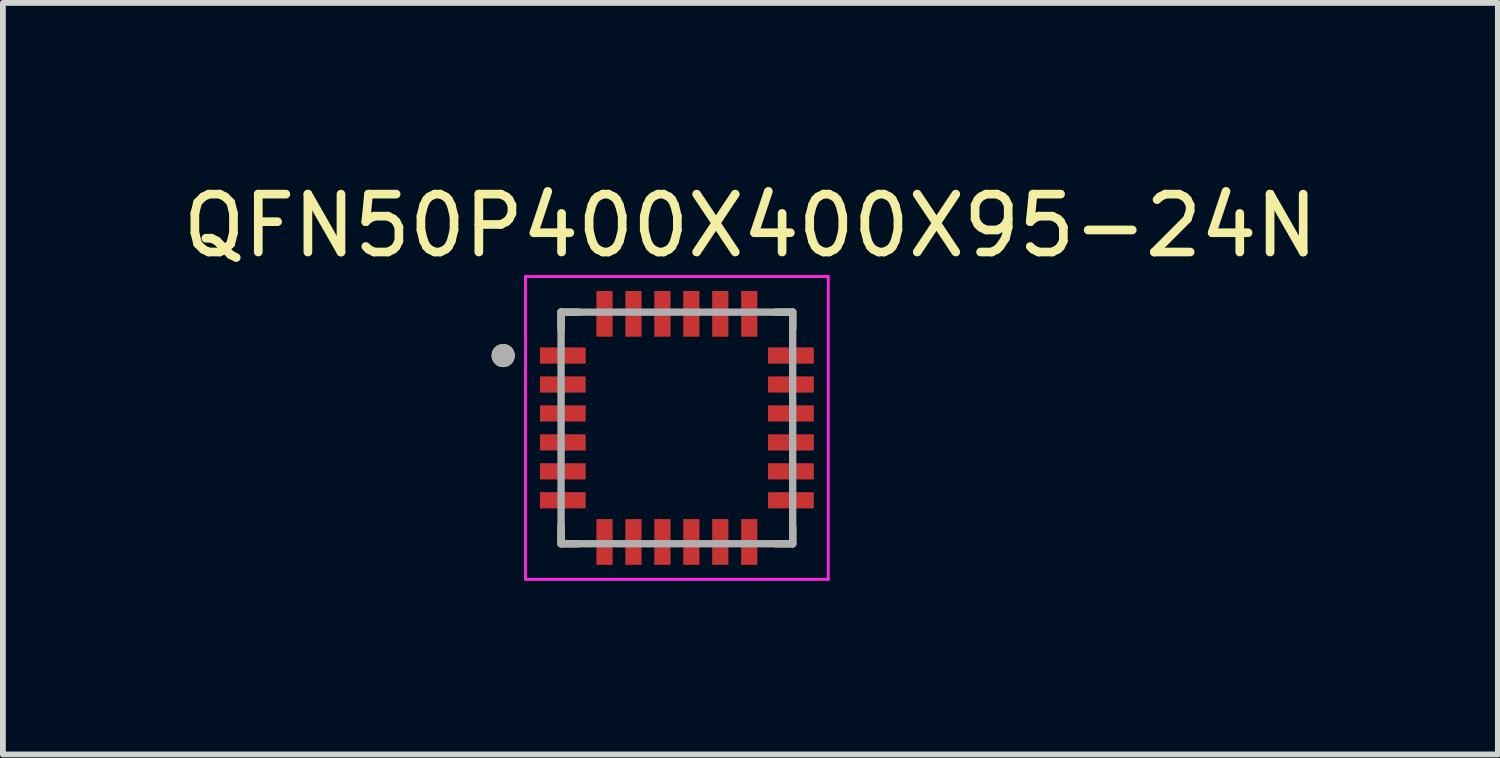
<source format=kicad_pcb>
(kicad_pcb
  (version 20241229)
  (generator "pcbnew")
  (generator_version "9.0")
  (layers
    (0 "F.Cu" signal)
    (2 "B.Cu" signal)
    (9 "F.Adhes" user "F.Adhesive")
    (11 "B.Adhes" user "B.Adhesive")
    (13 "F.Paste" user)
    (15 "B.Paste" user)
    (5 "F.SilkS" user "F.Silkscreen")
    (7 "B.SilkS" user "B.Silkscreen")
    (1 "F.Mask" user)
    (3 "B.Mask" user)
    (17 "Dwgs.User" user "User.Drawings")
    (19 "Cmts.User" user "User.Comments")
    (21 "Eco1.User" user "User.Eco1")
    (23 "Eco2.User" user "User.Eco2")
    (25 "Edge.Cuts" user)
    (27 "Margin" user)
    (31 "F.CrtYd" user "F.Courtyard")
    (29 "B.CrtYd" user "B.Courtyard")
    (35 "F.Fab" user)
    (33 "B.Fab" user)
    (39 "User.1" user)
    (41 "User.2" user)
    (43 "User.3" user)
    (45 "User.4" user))
  (footprint "QFN50P400X400X95-24N"
    (layer "F.Cu")
    (at 8.641 4.341)
    (property "Reference" "QFN50P400X400X95-24N" (at 1.27 -3.493 0) (layer "F.SilkS") (effects (font (size 1 1) (thickness 0.15))))
    (attr smd)
    (fp_line (start -2 -2) (end -2 -1.705) (stroke (width 0.127) (type solid)) (layer "F.SilkS"))
    (fp_line (start -2 -2) (end -1.705 -2) (stroke (width 0.127) (type solid)) (layer "F.SilkS"))
    (fp_line (start -2 2) (end -2 1.705) (stroke (width 0.127) (type solid)) (layer "F.SilkS"))
    (fp_line (start -2 2) (end -1.705 2) (stroke (width 0.127) (type solid)) (layer "F.SilkS"))
    (fp_line (start 2 -2) (end 1.705 -2) (stroke (width 0.127) (type solid)) (layer "F.SilkS"))
    (fp_line (start 2 -2) (end 2 -1.705) (stroke (width 0.127) (type solid)) (layer "F.SilkS"))
    (fp_line (start 2 2) (end 1.705 2) (stroke (width 0.127) (type solid)) (layer "F.SilkS"))
    (fp_line (start 2 2) (end 2 1.705) (stroke (width 0.127) (type solid)) (layer "F.SilkS"))
    (fp_circle (center -3 -1.25) (end -2.9 -1.25) (stroke (width 0.2) (type solid)) (fill no) (layer "F.SilkS"))
    (fp_line (start -2.615 -2.615) (end 2.615 -2.615) (stroke (width 0.05) (type solid)) (layer "F.CrtYd"))
    (fp_line (start -2.615 2.615) (end -2.615 -2.615) (stroke (width 0.05) (type solid)) (layer "F.CrtYd"))
    (fp_line (start 2.615 -2.615) (end 2.615 2.615) (stroke (width 0.05) (type solid)) (layer "F.CrtYd"))
    (fp_line (start 2.615 2.615) (end -2.615 2.615) (stroke (width 0.05) (type solid)) (layer "F.CrtYd"))
    (fp_line (start -2 -2) (end 2 -2) (stroke (width 0.127) (type solid)) (layer "F.Fab"))
    (fp_line (start -2 2) (end -2 -2) (stroke (width 0.127) (type solid)) (layer "F.Fab"))
    (fp_line (start 2 -2) (end 2 2) (stroke (width 0.127) (type solid)) (layer "F.Fab"))
    (fp_line (start 2 2) (end -2 2) (stroke (width 0.127) (type solid)) (layer "F.Fab"))
    (fp_circle (center -3 -1.25) (end -2.9 -1.25) (stroke (width 0.2) (type solid)) (fill no) (layer "F.Fab"))
    (pad "1" smd rect (at -1.97 -1.25) (size 0.79 0.28) (layers "F.Cu" "F.Mask" "F.Paste"))
    (pad "2" smd rect (at -1.97 -0.75) (size 0.79 0.28) (layers "F.Cu" "F.Mask" "F.Paste"))
    (pad "3" smd rect (at -1.97 -0.25) (size 0.79 0.28) (layers "F.Cu" "F.Mask" "F.Paste"))
    (pad "4" smd rect (at -1.97 0.25) (size 0.79 0.28) (layers "F.Cu" "F.Mask" "F.Paste"))
    (pad "5" smd rect (at -1.97 0.75) (size 0.79 0.28) (layers "F.Cu" "F.Mask" "F.Paste"))
    (pad "6" smd rect (at -1.97 1.25) (size 0.79 0.28) (layers "F.Cu" "F.Mask" "F.Paste"))
    (pad "7" smd rect (at -1.25 1.97) (size 0.28 0.79) (layers "F.Cu" "F.Mask" "F.Paste"))
    (pad "8" smd rect (at -0.75 1.97) (size 0.28 0.79) (layers "F.Cu" "F.Mask" "F.Paste"))
    (pad "9" smd rect (at -0.25 1.97) (size 0.28 0.79) (layers "F.Cu" "F.Mask" "F.Paste"))
    (pad "10" smd rect (at 0.25 1.97) (size 0.28 0.79) (layers "F.Cu" "F.Mask" "F.Paste"))
    (pad "11" smd rect (at 0.75 1.97) (size 0.28 0.79) (layers "F.Cu" "F.Mask" "F.Paste"))
    (pad "12" smd rect (at 1.25 1.97) (size 0.28 0.79) (layers "F.Cu" "F.Mask" "F.Paste"))
    (pad "13" smd rect (at 1.97 1.25) (size 0.79 0.28) (layers "F.Cu" "F.Mask" "F.Paste"))
    (pad "14" smd rect (at 1.97 0.75) (size 0.79 0.28) (layers "F.Cu" "F.Mask" "F.Paste"))
    (pad "15" smd rect (at 1.97 0.25) (size 0.79 0.28) (layers "F.Cu" "F.Mask" "F.Paste"))
    (pad "16" smd rect (at 1.97 -0.25) (size 0.79 0.28) (layers "F.Cu" "F.Mask" "F.Paste"))
    (pad "17" smd rect (at 1.97 -0.75) (size 0.79 0.28) (layers "F.Cu" "F.Mask" "F.Paste"))
    (pad "18" smd rect (at 1.97 -1.25) (size 0.79 0.28) (layers "F.Cu" "F.Mask" "F.Paste"))
    (pad "19" smd rect (at 1.25 -1.97) (size 0.28 0.79) (layers "F.Cu" "F.Mask" "F.Paste"))
    (pad "20" smd rect (at 0.75 -1.97) (size 0.28 0.79) (layers "F.Cu" "F.Mask" "F.Paste"))
    (pad "21" smd rect (at 0.25 -1.97) (size 0.28 0.79) (layers "F.Cu" "F.Mask" "F.Paste"))
    (pad "22" smd rect (at -0.25 -1.97) (size 0.28 0.79) (layers "F.Cu" "F.Mask" "F.Paste"))
    (pad "23" smd rect (at -0.75 -1.97) (size 0.28 0.79) (layers "F.Cu" "F.Mask" "F.Paste"))
    (pad "24" smd rect (at -1.25 -1.97) (size 0.28 0.79) (layers "F.Cu" "F.Mask" "F.Paste"))
    (zone (net_name "") (layer "F.Cu") (hatch full 0.508) (connect_pads) (min_thickness 0.01) (filled_areas_thickness no) (keepout (tracks not_allowed) (vias not_allowed) (pads not_allowed) (copperpour not_allowed) (footprints allowed)) (placement (enabled no)) (fill) (polygon (pts (xy 7.291 3.041) (xy 9.991 3.041) (xy 9.991 5.641) (xy 7.291 5.641))))
    (zone (net_name "") (layers "F.Cu" "B.Cu") (hatch full 0.508) (connect_pads) (min_thickness 0.01) (filled_areas_thickness no) (keepout (tracks allowed) (vias not_allowed) (pads allowed) (copperpour allowed) (footprints allowed)) (placement (enabled no)) (fill) (polygon (pts (xy 7.291 3.041) (xy 9.991 3.041) (xy 9.991 5.641) (xy 7.291 5.641)))))
  (gr_rect
    (start -3 -3)
    (end 22.821 9.981)
    (stroke (width 0.1) (type default))
    (fill no)
    (layer "Edge.Cuts")))
</source>
